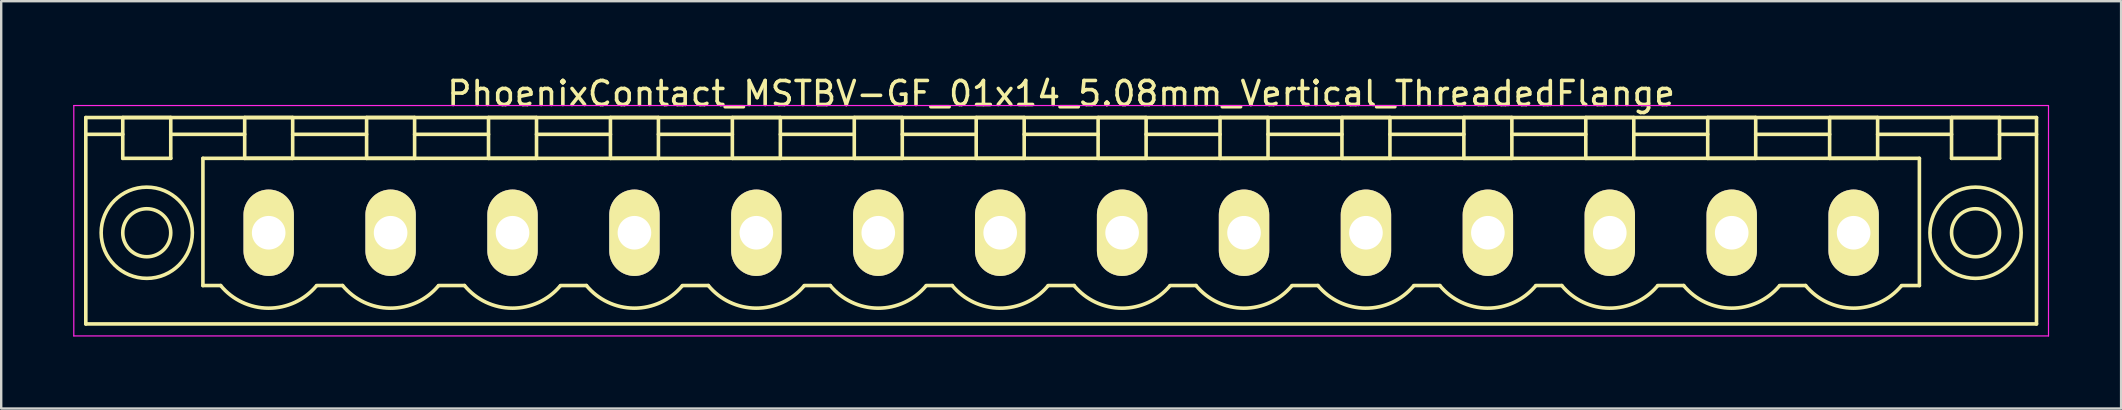
<source format=kicad_pcb>
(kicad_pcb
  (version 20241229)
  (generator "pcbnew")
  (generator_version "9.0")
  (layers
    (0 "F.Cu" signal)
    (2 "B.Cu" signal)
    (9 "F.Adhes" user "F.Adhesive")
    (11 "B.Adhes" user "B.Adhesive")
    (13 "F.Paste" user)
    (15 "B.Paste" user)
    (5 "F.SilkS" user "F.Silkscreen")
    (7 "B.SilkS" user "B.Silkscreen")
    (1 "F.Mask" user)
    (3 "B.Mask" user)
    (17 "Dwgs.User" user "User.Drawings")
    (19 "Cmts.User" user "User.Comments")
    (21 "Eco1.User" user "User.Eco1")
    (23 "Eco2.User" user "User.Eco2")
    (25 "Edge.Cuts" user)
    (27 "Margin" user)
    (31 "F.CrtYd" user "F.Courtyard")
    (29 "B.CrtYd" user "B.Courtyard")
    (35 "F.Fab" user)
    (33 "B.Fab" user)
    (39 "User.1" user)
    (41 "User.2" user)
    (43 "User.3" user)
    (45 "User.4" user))
  (footprint "PhoenixContact_MSTBV-GF_01x14_5.08mm_Vertical_ThreadedFlange"
    (layer "F.Cu")
    (at 8.145 6.648)
    (property "Reference" "PhoenixContact_MSTBV-GF_01x14_5.08mm_Vertical_ThreadedFlange" (at 33.02 -5.8 0) (layer "F.SilkS") (effects (font (size 1 1) (thickness 0.15))))
    (attr through_hole)
    (fp_line (start -7.62 -4.8) (end -7.62 3.8) (stroke (width 0.15) (type solid)) (layer "F.SilkS"))
    (fp_line (start -7.62 -4.1) (end -6.08 -4.1) (stroke (width 0.15) (type solid)) (layer "F.SilkS"))
    (fp_line (start -7.62 3.8) (end 73.66 3.8) (stroke (width 0.15) (type solid)) (layer "F.SilkS"))
    (fp_line (start -6.08 -4.8) (end -4.08 -4.8) (stroke (width 0.15) (type solid)) (layer "F.SilkS"))
    (fp_line (start -6.08 -3.1) (end -6.08 -4.8) (stroke (width 0.15) (type solid)) (layer "F.SilkS"))
    (fp_line (start -4.08 -4.8) (end -4.08 -3.1) (stroke (width 0.15) (type solid)) (layer "F.SilkS"))
    (fp_line (start -4.08 -4.1) (end -1 -4.1) (stroke (width 0.15) (type solid)) (layer "F.SilkS"))
    (fp_line (start -4.08 -3.1) (end -6.08 -3.1) (stroke (width 0.15) (type solid)) (layer "F.SilkS"))
    (fp_line (start -2.74 -3.1) (end 68.78 -3.1) (stroke (width 0.15) (type solid)) (layer "F.SilkS"))
    (fp_line (start -2.74 2.2) (end -2.74 -3.1) (stroke (width 0.15) (type solid)) (layer "F.SilkS"))
    (fp_line (start -2 2.2) (end -2.74 2.2) (stroke (width 0.15) (type solid)) (layer "F.SilkS"))
    (fp_line (start -1 -4.8) (end 1 -4.8) (stroke (width 0.15) (type solid)) (layer "F.SilkS"))
    (fp_line (start -1 -3.1) (end -1 -4.8) (stroke (width 0.15) (type solid)) (layer "F.SilkS"))
    (fp_line (start 1 -4.8) (end 1 -3.1) (stroke (width 0.15) (type solid)) (layer "F.SilkS"))
    (fp_line (start 1 -4.1) (end 4.08 -4.1) (stroke (width 0.15) (type solid)) (layer "F.SilkS"))
    (fp_line (start 1 -3.1) (end -1 -3.1) (stroke (width 0.15) (type solid)) (layer "F.SilkS"))
    (fp_line (start 2 2.2) (end 3.08 2.2) (stroke (width 0.15) (type solid)) (layer "F.SilkS"))
    (fp_line (start 4.08 -4.8) (end 6.08 -4.8) (stroke (width 0.15) (type solid)) (layer "F.SilkS"))
    (fp_line (start 4.08 -3.1) (end 4.08 -4.8) (stroke (width 0.15) (type solid)) (layer "F.SilkS"))
    (fp_line (start 6.08 -4.8) (end 6.08 -3.1) (stroke (width 0.15) (type solid)) (layer "F.SilkS"))
    (fp_line (start 6.08 -4.1) (end 9.16 -4.1) (stroke (width 0.15) (type solid)) (layer "F.SilkS"))
    (fp_line (start 6.08 -3.1) (end 4.08 -3.1) (stroke (width 0.15) (type solid)) (layer "F.SilkS"))
    (fp_line (start 7.08 2.2) (end 8.16 2.2) (stroke (width 0.15) (type solid)) (layer "F.SilkS"))
    (fp_line (start 9.16 -4.8) (end 11.16 -4.8) (stroke (width 0.15) (type solid)) (layer "F.SilkS"))
    (fp_line (start 9.16 -3.1) (end 9.16 -4.8) (stroke (width 0.15) (type solid)) (layer "F.SilkS"))
    (fp_line (start 11.16 -4.8) (end 11.16 -3.1) (stroke (width 0.15) (type solid)) (layer "F.SilkS"))
    (fp_line (start 11.16 -4.1) (end 14.24 -4.1) (stroke (width 0.15) (type solid)) (layer "F.SilkS"))
    (fp_line (start 11.16 -3.1) (end 9.16 -3.1) (stroke (width 0.15) (type solid)) (layer "F.SilkS"))
    (fp_line (start 12.16 2.2) (end 13.24 2.2) (stroke (width 0.15) (type solid)) (layer "F.SilkS"))
    (fp_line (start 14.24 -4.8) (end 16.24 -4.8) (stroke (width 0.15) (type solid)) (layer "F.SilkS"))
    (fp_line (start 14.24 -3.1) (end 14.24 -4.8) (stroke (width 0.15) (type solid)) (layer "F.SilkS"))
    (fp_line (start 16.24 -4.8) (end 16.24 -3.1) (stroke (width 0.15) (type solid)) (layer "F.SilkS"))
    (fp_line (start 16.24 -4.1) (end 19.32 -4.1) (stroke (width 0.15) (type solid)) (layer "F.SilkS"))
    (fp_line (start 16.24 -3.1) (end 14.24 -3.1) (stroke (width 0.15) (type solid)) (layer "F.SilkS"))
    (fp_line (start 17.24 2.2) (end 18.32 2.2) (stroke (width 0.15) (type solid)) (layer "F.SilkS"))
    (fp_line (start 19.32 -4.8) (end 21.32 -4.8) (stroke (width 0.15) (type solid)) (layer "F.SilkS"))
    (fp_line (start 19.32 -3.1) (end 19.32 -4.8) (stroke (width 0.15) (type solid)) (layer "F.SilkS"))
    (fp_line (start 21.32 -4.8) (end 21.32 -3.1) (stroke (width 0.15) (type solid)) (layer "F.SilkS"))
    (fp_line (start 21.32 -4.1) (end 24.4 -4.1) (stroke (width 0.15) (type solid)) (layer "F.SilkS"))
    (fp_line (start 21.32 -3.1) (end 19.32 -3.1) (stroke (width 0.15) (type solid)) (layer "F.SilkS"))
    (fp_line (start 22.32 2.2) (end 23.4 2.2) (stroke (width 0.15) (type solid)) (layer "F.SilkS"))
    (fp_line (start 24.4 -4.8) (end 26.4 -4.8) (stroke (width 0.15) (type solid)) (layer "F.SilkS"))
    (fp_line (start 24.4 -3.1) (end 24.4 -4.8) (stroke (width 0.15) (type solid)) (layer "F.SilkS"))
    (fp_line (start 26.4 -4.8) (end 26.4 -3.1) (stroke (width 0.15) (type solid)) (layer "F.SilkS"))
    (fp_line (start 26.4 -4.1) (end 29.48 -4.1) (stroke (width 0.15) (type solid)) (layer "F.SilkS"))
    (fp_line (start 26.4 -3.1) (end 24.4 -3.1) (stroke (width 0.15) (type solid)) (layer "F.SilkS"))
    (fp_line (start 27.4 2.2) (end 28.48 2.2) (stroke (width 0.15) (type solid)) (layer "F.SilkS"))
    (fp_line (start 29.48 -4.8) (end 31.48 -4.8) (stroke (width 0.15) (type solid)) (layer "F.SilkS"))
    (fp_line (start 29.48 -3.1) (end 29.48 -4.8) (stroke (width 0.15) (type solid)) (layer "F.SilkS"))
    (fp_line (start 31.48 -4.8) (end 31.48 -3.1) (stroke (width 0.15) (type solid)) (layer "F.SilkS"))
    (fp_line (start 31.48 -4.1) (end 34.56 -4.1) (stroke (width 0.15) (type solid)) (layer "F.SilkS"))
    (fp_line (start 31.48 -3.1) (end 29.48 -3.1) (stroke (width 0.15) (type solid)) (layer "F.SilkS"))
    (fp_line (start 32.48 2.2) (end 33.56 2.2) (stroke (width 0.15) (type solid)) (layer "F.SilkS"))
    (fp_line (start 34.56 -4.8) (end 36.56 -4.8) (stroke (width 0.15) (type solid)) (layer "F.SilkS"))
    (fp_line (start 34.56 -3.1) (end 34.56 -4.8) (stroke (width 0.15) (type solid)) (layer "F.SilkS"))
    (fp_line (start 36.56 -4.8) (end 36.56 -3.1) (stroke (width 0.15) (type solid)) (layer "F.SilkS"))
    (fp_line (start 36.56 -4.1) (end 39.64 -4.1) (stroke (width 0.15) (type solid)) (layer "F.SilkS"))
    (fp_line (start 36.56 -3.1) (end 34.56 -3.1) (stroke (width 0.15) (type solid)) (layer "F.SilkS"))
    (fp_line (start 37.56 2.2) (end 38.64 2.2) (stroke (width 0.15) (type solid)) (layer "F.SilkS"))
    (fp_line (start 39.64 -4.8) (end 41.64 -4.8) (stroke (width 0.15) (type solid)) (layer "F.SilkS"))
    (fp_line (start 39.64 -3.1) (end 39.64 -4.8) (stroke (width 0.15) (type solid)) (layer "F.SilkS"))
    (fp_line (start 41.64 -4.8) (end 41.64 -3.1) (stroke (width 0.15) (type solid)) (layer "F.SilkS"))
    (fp_line (start 41.64 -4.1) (end 44.72 -4.1) (stroke (width 0.15) (type solid)) (layer "F.SilkS"))
    (fp_line (start 41.64 -3.1) (end 39.64 -3.1) (stroke (width 0.15) (type solid)) (layer "F.SilkS"))
    (fp_line (start 42.64 2.2) (end 43.72 2.2) (stroke (width 0.15) (type solid)) (layer "F.SilkS"))
    (fp_line (start 44.72 -4.8) (end 46.72 -4.8) (stroke (width 0.15) (type solid)) (layer "F.SilkS"))
    (fp_line (start 44.72 -3.1) (end 44.72 -4.8) (stroke (width 0.15) (type solid)) (layer "F.SilkS"))
    (fp_line (start 46.72 -4.8) (end 46.72 -3.1) (stroke (width 0.15) (type solid)) (layer "F.SilkS"))
    (fp_line (start 46.72 -4.1) (end 49.8 -4.1) (stroke (width 0.15) (type solid)) (layer "F.SilkS"))
    (fp_line (start 46.72 -3.1) (end 44.72 -3.1) (stroke (width 0.15) (type solid)) (layer "F.SilkS"))
    (fp_line (start 47.72 2.2) (end 48.8 2.2) (stroke (width 0.15) (type solid)) (layer "F.SilkS"))
    (fp_line (start 49.8 -4.8) (end 51.8 -4.8) (stroke (width 0.15) (type solid)) (layer "F.SilkS"))
    (fp_line (start 49.8 -3.1) (end 49.8 -4.8) (stroke (width 0.15) (type solid)) (layer "F.SilkS"))
    (fp_line (start 51.8 -4.8) (end 51.8 -3.1) (stroke (width 0.15) (type solid)) (layer "F.SilkS"))
    (fp_line (start 51.8 -4.1) (end 54.88 -4.1) (stroke (width 0.15) (type solid)) (layer "F.SilkS"))
    (fp_line (start 51.8 -3.1) (end 49.8 -3.1) (stroke (width 0.15) (type solid)) (layer "F.SilkS"))
    (fp_line (start 52.8 2.2) (end 53.88 2.2) (stroke (width 0.15) (type solid)) (layer "F.SilkS"))
    (fp_line (start 54.88 -4.8) (end 56.88 -4.8) (stroke (width 0.15) (type solid)) (layer "F.SilkS"))
    (fp_line (start 54.88 -3.1) (end 54.88 -4.8) (stroke (width 0.15) (type solid)) (layer "F.SilkS"))
    (fp_line (start 56.88 -4.8) (end 56.88 -3.1) (stroke (width 0.15) (type solid)) (layer "F.SilkS"))
    (fp_line (start 56.88 -4.1) (end 59.96 -4.1) (stroke (width 0.15) (type solid)) (layer "F.SilkS"))
    (fp_line (start 56.88 -3.1) (end 54.88 -3.1) (stroke (width 0.15) (type solid)) (layer "F.SilkS"))
    (fp_line (start 57.88 2.2) (end 58.96 2.2) (stroke (width 0.15) (type solid)) (layer "F.SilkS"))
    (fp_line (start 59.96 -4.8) (end 61.96 -4.8) (stroke (width 0.15) (type solid)) (layer "F.SilkS"))
    (fp_line (start 59.96 -3.1) (end 59.96 -4.8) (stroke (width 0.15) (type solid)) (layer "F.SilkS"))
    (fp_line (start 61.96 -4.8) (end 61.96 -3.1) (stroke (width 0.15) (type solid)) (layer "F.SilkS"))
    (fp_line (start 61.96 -4.1) (end 65.04 -4.1) (stroke (width 0.15) (type solid)) (layer "F.SilkS"))
    (fp_line (start 61.96 -3.1) (end 59.96 -3.1) (stroke (width 0.15) (type solid)) (layer "F.SilkS"))
    (fp_line (start 62.96 2.2) (end 64.04 2.2) (stroke (width 0.15) (type solid)) (layer "F.SilkS"))
    (fp_line (start 65.04 -4.8) (end 67.04 -4.8) (stroke (width 0.15) (type solid)) (layer "F.SilkS"))
    (fp_line (start 65.04 -3.1) (end 65.04 -4.8) (stroke (width 0.15) (type solid)) (layer "F.SilkS"))
    (fp_line (start 67.04 -4.8) (end 67.04 -3.1) (stroke (width 0.15) (type solid)) (layer "F.SilkS"))
    (fp_line (start 67.04 -4.1) (end 70.12 -4.1) (stroke (width 0.15) (type solid)) (layer "F.SilkS"))
    (fp_line (start 67.04 -3.1) (end 65.04 -3.1) (stroke (width 0.15) (type solid)) (layer "F.SilkS"))
    (fp_line (start 68.78 -3.1) (end 68.78 2.2) (stroke (width 0.15) (type solid)) (layer "F.SilkS"))
    (fp_line (start 68.78 2.2) (end 68.04 2.2) (stroke (width 0.15) (type solid)) (layer "F.SilkS"))
    (fp_line (start 70.12 -4.8) (end 72.12 -4.8) (stroke (width 0.15) (type solid)) (layer "F.SilkS"))
    (fp_line (start 70.12 -3.1) (end 70.12 -4.8) (stroke (width 0.15) (type solid)) (layer "F.SilkS"))
    (fp_line (start 72.12 -4.8) (end 72.12 -3.1) (stroke (width 0.15) (type solid)) (layer "F.SilkS"))
    (fp_line (start 72.12 -3.1) (end 70.12 -3.1) (stroke (width 0.15) (type solid)) (layer "F.SilkS"))
    (fp_line (start 73.66 -4.8) (end -7.62 -4.8) (stroke (width 0.15) (type solid)) (layer "F.SilkS"))
    (fp_line (start 73.66 -4.1) (end 72.12 -4.1) (stroke (width 0.15) (type solid)) (layer "F.SilkS"))
    (fp_line (start 73.66 3.8) (end 73.66 -4.8) (stroke (width 0.15) (type solid)) (layer "F.SilkS"))
    (fp_arc (start 1.986842 2.215821) (mid -0.010289 3.142758) (end -2 2.2) (stroke (width 0.15) (type solid)) (layer "F.SilkS"))
    (fp_arc (start 7.066842 2.215821) (mid 5.069711 3.142758) (end 3.08 2.2) (stroke (width 0.15) (type solid)) (layer "F.SilkS"))
    (fp_arc (start 12.146842 2.215821) (mid 10.149711 3.142758) (end 8.16 2.2) (stroke (width 0.15) (type solid)) (layer "F.SilkS"))
    (fp_arc (start 17.226842 2.215821) (mid 15.229711 3.142758) (end 13.24 2.2) (stroke (width 0.15) (type solid)) (layer "F.SilkS"))
    (fp_arc (start 22.306842 2.215821) (mid 20.309711 3.142758) (end 18.32 2.2) (stroke (width 0.15) (type solid)) (layer "F.SilkS"))
    (fp_arc (start 27.386842 2.215821) (mid 25.389711 3.142758) (end 23.4 2.2) (stroke (width 0.15) (type solid)) (layer "F.SilkS"))
    (fp_arc (start 32.466842 2.215821) (mid 30.469711 3.142758) (end 28.48 2.2) (stroke (width 0.15) (type solid)) (layer "F.SilkS"))
    (fp_arc (start 37.546842 2.215821) (mid 35.549711 3.142758) (end 33.56 2.2) (stroke (width 0.15) (type solid)) (layer "F.SilkS"))
    (fp_arc (start 42.626842 2.215821) (mid 40.629711 3.142758) (end 38.64 2.2) (stroke (width 0.15) (type solid)) (layer "F.SilkS"))
    (fp_arc (start 47.706842 2.215821) (mid 45.709711 3.142758) (end 43.72 2.2) (stroke (width 0.15) (type solid)) (layer "F.SilkS"))
    (fp_arc (start 52.786842 2.215821) (mid 50.789711 3.142758) (end 48.8 2.2) (stroke (width 0.15) (type solid)) (layer "F.SilkS"))
    (fp_arc (start 57.866842 2.215821) (mid 55.869711 3.142758) (end 53.88 2.2) (stroke (width 0.15) (type solid)) (layer "F.SilkS"))
    (fp_arc (start 62.946842 2.215821) (mid 60.949711 3.142758) (end 58.96 2.2) (stroke (width 0.15) (type solid)) (layer "F.SilkS"))
    (fp_arc (start 68.026842 2.215821) (mid 66.029711 3.142758) (end 64.04 2.2) (stroke (width 0.15) (type solid)) (layer "F.SilkS"))
    (fp_circle (center -5.08 0) (end -4.08 0) (stroke (width 0.15) (type solid)) (fill no) (layer "F.SilkS"))
    (fp_circle (center -5.08 0) (end -3.18 0) (stroke (width 0.15) (type solid)) (fill no) (layer "F.SilkS"))
    (fp_circle (center 71.12 0) (end 72.12 0) (stroke (width 0.15) (type solid)) (fill no) (layer "F.SilkS"))
    (fp_circle (center 71.12 0) (end 73.02 0) (stroke (width 0.15) (type solid)) (fill no) (layer "F.SilkS"))
    (fp_line (start -8.12 -5.3) (end -8.12 4.3) (stroke (width 0.05) (type solid)) (layer "F.CrtYd"))
    (fp_line (start -8.12 4.3) (end 74.16 4.3) (stroke (width 0.05) (type solid)) (layer "F.CrtYd"))
    (fp_line (start 74.16 -5.3) (end -8.12 -5.3) (stroke (width 0.05) (type solid)) (layer "F.CrtYd"))
    (fp_line (start 74.16 4.3) (end 74.16 -5.3) (stroke (width 0.05) (type solid)) (layer "F.CrtYd"))
    (pad "1" thru_hole oval (at 0 0) (size 2.1 3.6) (drill 1.4) (layers "*.Cu" "*.Mask" "F.SilkS"))
    (pad "2" thru_hole oval (at 5.08 0) (size 2.1 3.6) (drill 1.4) (layers "*.Cu" "*.Mask" "F.SilkS"))
    (pad "3" thru_hole oval (at 10.16 0) (size 2.1 3.6) (drill 1.4) (layers "*.Cu" "*.Mask" "F.SilkS"))
    (pad "4" thru_hole oval (at 15.24 0) (size 2.1 3.6) (drill 1.4) (layers "*.Cu" "*.Mask" "F.SilkS"))
    (pad "5" thru_hole oval (at 20.32 0) (size 2.1 3.6) (drill 1.4) (layers "*.Cu" "*.Mask" "F.SilkS"))
    (pad "6" thru_hole oval (at 25.4 0) (size 2.1 3.6) (drill 1.4) (layers "*.Cu" "*.Mask" "F.SilkS"))
    (pad "7" thru_hole oval (at 30.48 0) (size 2.1 3.6) (drill 1.4) (layers "*.Cu" "*.Mask" "F.SilkS"))
    (pad "8" thru_hole oval (at 35.56 0) (size 2.1 3.6) (drill 1.4) (layers "*.Cu" "*.Mask" "F.SilkS"))
    (pad "9" thru_hole oval (at 40.64 0) (size 2.1 3.6) (drill 1.4) (layers "*.Cu" "*.Mask" "F.SilkS"))
    (pad "10" thru_hole oval (at 45.72 0) (size 2.1 3.6) (drill 1.4) (layers "*.Cu" "*.Mask" "F.SilkS"))
    (pad "11" thru_hole oval (at 50.8 0) (size 2.1 3.6) (drill 1.4) (layers "*.Cu" "*.Mask" "F.SilkS"))
    (pad "12" thru_hole oval (at 55.88 0) (size 2.1 3.6) (drill 1.4) (layers "*.Cu" "*.Mask" "F.SilkS"))
    (pad "13" thru_hole oval (at 60.96 0) (size 2.1 3.6) (drill 1.4) (layers "*.Cu" "*.Mask" "F.SilkS"))
    (pad "14" thru_hole oval (at 66.04 0) (size 2.1 3.6) (drill 1.4) (layers "*.Cu" "*.Mask" "F.SilkS")))
  (gr_rect
    (start -3 -3)
    (end 85.33 13.973)
    (stroke (width 0.1) (type default))
    (fill no)
    (layer "Edge.Cuts")))
</source>
